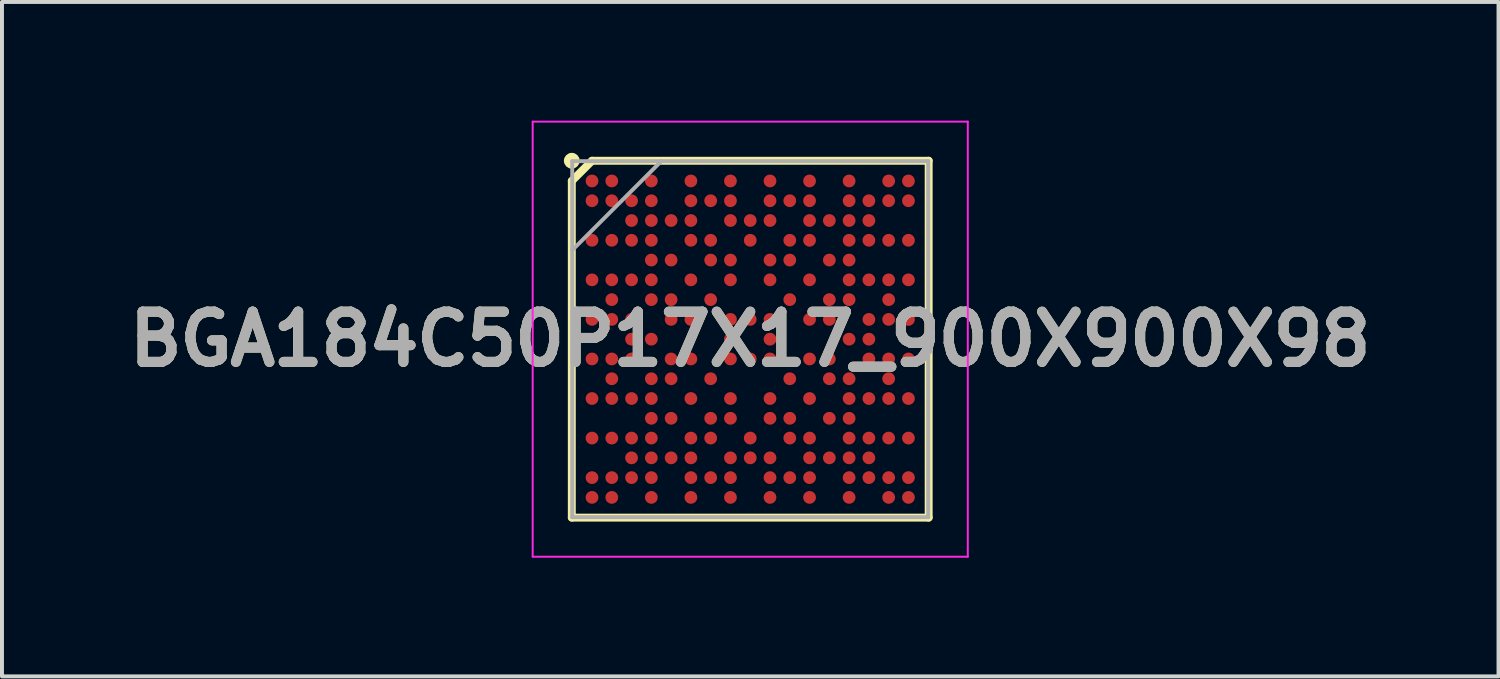
<source format=kicad_pcb>
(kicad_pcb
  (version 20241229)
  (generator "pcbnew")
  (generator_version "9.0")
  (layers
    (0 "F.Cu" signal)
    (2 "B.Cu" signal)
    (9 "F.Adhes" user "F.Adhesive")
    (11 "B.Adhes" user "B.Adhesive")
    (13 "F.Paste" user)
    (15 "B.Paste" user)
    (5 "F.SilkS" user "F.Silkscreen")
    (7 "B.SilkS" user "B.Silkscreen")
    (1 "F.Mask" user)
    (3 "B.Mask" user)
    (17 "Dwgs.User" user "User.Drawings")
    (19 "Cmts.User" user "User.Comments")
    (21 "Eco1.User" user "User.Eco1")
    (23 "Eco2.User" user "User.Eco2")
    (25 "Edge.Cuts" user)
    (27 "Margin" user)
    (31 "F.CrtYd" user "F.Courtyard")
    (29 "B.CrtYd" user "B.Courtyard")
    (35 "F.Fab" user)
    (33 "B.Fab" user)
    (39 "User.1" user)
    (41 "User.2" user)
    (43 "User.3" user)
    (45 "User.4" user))
  (footprint "BGA184C50P17X17_900X900X98"
    (layer "F.Cu")
    (at 15.917 5.525)
    (property "Reference" "BGA184C50P17X17_900X900X98" (at 0 0 0) (layer "F.SilkS") (effects (font (size 1.27 1.27) (thickness 0.254))))
    (attr smd)
    (fp_line (start -4.511 -4) (end -4 -4.511) (stroke (width 0.2) (type solid)) (layer "F.SilkS"))
    (fp_line (start -4.511 4.511) (end -4.511 -4) (stroke (width 0.2) (type solid)) (layer "F.SilkS"))
    (fp_line (start -4 -4.511) (end 4.511 -4.511) (stroke (width 0.2) (type solid)) (layer "F.SilkS"))
    (fp_line (start 4.511 -4.511) (end 4.511 4.511) (stroke (width 0.2) (type solid)) (layer "F.SilkS"))
    (fp_line (start 4.511 4.511) (end -4.511 4.511) (stroke (width 0.2) (type solid)) (layer "F.SilkS"))
    (fp_circle (center -4.511 -4.511) (end -4.511 -4.411) (stroke (width 0.2) (type solid)) (fill no) (layer "F.SilkS"))
    (fp_line (start -5.5 -5.5) (end 5.5 -5.5) (stroke (width 0.05) (type solid)) (layer "F.CrtYd"))
    (fp_line (start -5.5 5.5) (end -5.5 -5.5) (stroke (width 0.05) (type solid)) (layer "F.CrtYd"))
    (fp_line (start 5.5 -5.5) (end 5.5 5.5) (stroke (width 0.05) (type solid)) (layer "F.CrtYd"))
    (fp_line (start 5.5 5.5) (end -5.5 5.5) (stroke (width 0.05) (type solid)) (layer "F.CrtYd"))
    (fp_line (start -4.5 -4.5) (end 4.5 -4.5) (stroke (width 0.1) (type solid)) (layer "F.Fab"))
    (fp_line (start -4.5 -2.25) (end -2.25 -4.5) (stroke (width 0.1) (type solid)) (layer "F.Fab"))
    (fp_line (start -4.5 4.5) (end -4.5 -4.5) (stroke (width 0.1) (type solid)) (layer "F.Fab"))
    (fp_line (start 4.5 -4.5) (end 4.5 4.5) (stroke (width 0.1) (type solid)) (layer "F.Fab"))
    (fp_line (start 4.5 4.5) (end -4.5 4.5) (stroke (width 0.1) (type solid)) (layer "F.Fab"))
    (fp_text user "${REFERENCE}" (at 0 0 0) (layer "F.Fab") (effects (font (size 1.27 1.27) (thickness 0.254))))
    (pad "A1" smd circle (at -4 -4 90) (size 0.322 0.322) (layers "F.Cu" "F.Mask" "F.Paste"))
    (pad "A2" smd circle (at -3.5 -4 90) (size 0.322 0.322) (layers "F.Cu" "F.Mask" "F.Paste"))
    (pad "A4" smd circle (at -2.5 -4 90) (size 0.322 0.322) (layers "F.Cu" "F.Mask" "F.Paste"))
    (pad "A6" smd circle (at -1.5 -4 90) (size 0.322 0.322) (layers "F.Cu" "F.Mask" "F.Paste"))
    (pad "A8" smd circle (at -0.5 -4 90) (size 0.322 0.322) (layers "F.Cu" "F.Mask" "F.Paste"))
    (pad "A10" smd circle (at 0.5 -4 90) (size 0.322 0.322) (layers "F.Cu" "F.Mask" "F.Paste"))
    (pad "A12" smd circle (at 1.5 -4 90) (size 0.322 0.322) (layers "F.Cu" "F.Mask" "F.Paste"))
    (pad "A14" smd circle (at 2.5 -4 90) (size 0.322 0.322) (layers "F.Cu" "F.Mask" "F.Paste"))
    (pad "A16" smd circle (at 3.5 -4 90) (size 0.322 0.322) (layers "F.Cu" "F.Mask" "F.Paste"))
    (pad "A17" smd circle (at 4 -4 90) (size 0.322 0.322) (layers "F.Cu" "F.Mask" "F.Paste"))
    (pad "B1" smd circle (at -4 -3.5 90) (size 0.322 0.322) (layers "F.Cu" "F.Mask" "F.Paste"))
    (pad "B2" smd circle (at -3.5 -3.5 90) (size 0.322 0.322) (layers "F.Cu" "F.Mask" "F.Paste"))
    (pad "B3" smd circle (at -3 -3.5 90) (size 0.322 0.322) (layers "F.Cu" "F.Mask" "F.Paste"))
    (pad "B4" smd circle (at -2.5 -3.5 90) (size 0.322 0.322) (layers "F.Cu" "F.Mask" "F.Paste"))
    (pad "B6" smd circle (at -1.5 -3.5 90) (size 0.322 0.322) (layers "F.Cu" "F.Mask" "F.Paste"))
    (pad "B7" smd circle (at -1 -3.5 90) (size 0.322 0.322) (layers "F.Cu" "F.Mask" "F.Paste"))
    (pad "B8" smd circle (at -0.5 -3.5 90) (size 0.322 0.322) (layers "F.Cu" "F.Mask" "F.Paste"))
    (pad "B10" smd circle (at 0.5 -3.5 90) (size 0.322 0.322) (layers "F.Cu" "F.Mask" "F.Paste"))
    (pad "B11" smd circle (at 1 -3.5 90) (size 0.322 0.322) (layers "F.Cu" "F.Mask" "F.Paste"))
    (pad "B12" smd circle (at 1.5 -3.5 90) (size 0.322 0.322) (layers "F.Cu" "F.Mask" "F.Paste"))
    (pad "B14" smd circle (at 2.5 -3.5 90) (size 0.322 0.322) (layers "F.Cu" "F.Mask" "F.Paste"))
    (pad "B15" smd circle (at 3 -3.5 90) (size 0.322 0.322) (layers "F.Cu" "F.Mask" "F.Paste"))
    (pad "B16" smd circle (at 3.5 -3.5 90) (size 0.322 0.322) (layers "F.Cu" "F.Mask" "F.Paste"))
    (pad "B17" smd circle (at 4 -3.5 90) (size 0.322 0.322) (layers "F.Cu" "F.Mask" "F.Paste"))
    (pad "C3" smd circle (at -3 -3 90) (size 0.322 0.322) (layers "F.Cu" "F.Mask" "F.Paste"))
    (pad "C4" smd circle (at -2.5 -3 90) (size 0.322 0.322) (layers "F.Cu" "F.Mask" "F.Paste"))
    (pad "C5" smd circle (at -2 -3 90) (size 0.322 0.322) (layers "F.Cu" "F.Mask" "F.Paste"))
    (pad "C6" smd circle (at -1.5 -3 90) (size 0.322 0.322) (layers "F.Cu" "F.Mask" "F.Paste"))
    (pad "C8" smd circle (at -0.5 -3 90) (size 0.322 0.322) (layers "F.Cu" "F.Mask" "F.Paste"))
    (pad "C9" smd circle (at 0 -3 90) (size 0.322 0.322) (layers "F.Cu" "F.Mask" "F.Paste"))
    (pad "C10" smd circle (at 0.5 -3 90) (size 0.322 0.322) (layers "F.Cu" "F.Mask" "F.Paste"))
    (pad "C12" smd circle (at 1.5 -3 90) (size 0.322 0.322) (layers "F.Cu" "F.Mask" "F.Paste"))
    (pad "C13" smd circle (at 2 -3 90) (size 0.322 0.322) (layers "F.Cu" "F.Mask" "F.Paste"))
    (pad "C14" smd circle (at 2.5 -3 90) (size 0.322 0.322) (layers "F.Cu" "F.Mask" "F.Paste"))
    (pad "C15" smd circle (at 3 -3 90) (size 0.322 0.322) (layers "F.Cu" "F.Mask" "F.Paste"))
    (pad "D1" smd circle (at -4 -2.5 90) (size 0.322 0.322) (layers "F.Cu" "F.Mask" "F.Paste"))
    (pad "D2" smd circle (at -3.5 -2.5 90) (size 0.322 0.322) (layers "F.Cu" "F.Mask" "F.Paste"))
    (pad "D3" smd circle (at -3 -2.5 90) (size 0.322 0.322) (layers "F.Cu" "F.Mask" "F.Paste"))
    (pad "D4" smd circle (at -2.5 -2.5 90) (size 0.322 0.322) (layers "F.Cu" "F.Mask" "F.Paste"))
    (pad "D6" smd circle (at -1.5 -2.5 90) (size 0.322 0.322) (layers "F.Cu" "F.Mask" "F.Paste"))
    (pad "D7" smd circle (at -1 -2.5 90) (size 0.322 0.322) (layers "F.Cu" "F.Mask" "F.Paste"))
    (pad "D9" smd circle (at 0 -2.5 90) (size 0.322 0.322) (layers "F.Cu" "F.Mask" "F.Paste"))
    (pad "D11" smd circle (at 1 -2.5 90) (size 0.322 0.322) (layers "F.Cu" "F.Mask" "F.Paste"))
    (pad "D12" smd circle (at 1.5 -2.5 90) (size 0.322 0.322) (layers "F.Cu" "F.Mask" "F.Paste"))
    (pad "D14" smd circle (at 2.5 -2.5 90) (size 0.322 0.322) (layers "F.Cu" "F.Mask" "F.Paste"))
    (pad "D15" smd circle (at 3 -2.5 90) (size 0.322 0.322) (layers "F.Cu" "F.Mask" "F.Paste"))
    (pad "D16" smd circle (at 3.5 -2.5 90) (size 0.322 0.322) (layers "F.Cu" "F.Mask" "F.Paste"))
    (pad "D17" smd circle (at 4 -2.5 90) (size 0.322 0.322) (layers "F.Cu" "F.Mask" "F.Paste"))
    (pad "E4" smd circle (at -2.5 -2 90) (size 0.322 0.322) (layers "F.Cu" "F.Mask" "F.Paste"))
    (pad "E5" smd circle (at -2 -2 90) (size 0.322 0.322) (layers "F.Cu" "F.Mask" "F.Paste"))
    (pad "E7" smd circle (at -1 -2 90) (size 0.322 0.322) (layers "F.Cu" "F.Mask" "F.Paste"))
    (pad "E8" smd circle (at -0.5 -2 90) (size 0.322 0.322) (layers "F.Cu" "F.Mask" "F.Paste"))
    (pad "E10" smd circle (at 0.5 -2 90) (size 0.322 0.322) (layers "F.Cu" "F.Mask" "F.Paste"))
    (pad "E11" smd circle (at 1 -2 90) (size 0.322 0.322) (layers "F.Cu" "F.Mask" "F.Paste"))
    (pad "E13" smd circle (at 2 -2 90) (size 0.322 0.322) (layers "F.Cu" "F.Mask" "F.Paste"))
    (pad "E14" smd circle (at 2.5 -2 90) (size 0.322 0.322) (layers "F.Cu" "F.Mask" "F.Paste"))
    (pad "F1" smd circle (at -4 -1.5 90) (size 0.322 0.322) (layers "F.Cu" "F.Mask" "F.Paste"))
    (pad "F2" smd circle (at -3.5 -1.5 90) (size 0.322 0.322) (layers "F.Cu" "F.Mask" "F.Paste"))
    (pad "F3" smd circle (at -3 -1.5 90) (size 0.322 0.322) (layers "F.Cu" "F.Mask" "F.Paste"))
    (pad "F4" smd circle (at -2.5 -1.5 90) (size 0.322 0.322) (layers "F.Cu" "F.Mask" "F.Paste"))
    (pad "F6" smd circle (at -1.5 -1.5 90) (size 0.322 0.322) (layers "F.Cu" "F.Mask" "F.Paste"))
    (pad "F8" smd circle (at -0.5 -1.5 90) (size 0.322 0.322) (layers "F.Cu" "F.Mask" "F.Paste"))
    (pad "F10" smd circle (at 0.5 -1.5 90) (size 0.322 0.322) (layers "F.Cu" "F.Mask" "F.Paste"))
    (pad "F12" smd circle (at 1.5 -1.5 90) (size 0.322 0.322) (layers "F.Cu" "F.Mask" "F.Paste"))
    (pad "F14" smd circle (at 2.5 -1.5 90) (size 0.322 0.322) (layers "F.Cu" "F.Mask" "F.Paste"))
    (pad "F15" smd circle (at 3 -1.5 90) (size 0.322 0.322) (layers "F.Cu" "F.Mask" "F.Paste"))
    (pad "F16" smd circle (at 3.5 -1.5 90) (size 0.322 0.322) (layers "F.Cu" "F.Mask" "F.Paste"))
    (pad "F17" smd circle (at 4 -1.5 90) (size 0.322 0.322) (layers "F.Cu" "F.Mask" "F.Paste"))
    (pad "G2" smd circle (at -3.5 -1 90) (size 0.322 0.322) (layers "F.Cu" "F.Mask" "F.Paste"))
    (pad "G4" smd circle (at -2.5 -1 90) (size 0.322 0.322) (layers "F.Cu" "F.Mask" "F.Paste"))
    (pad "G5" smd circle (at -2 -1 90) (size 0.322 0.322) (layers "F.Cu" "F.Mask" "F.Paste"))
    (pad "G7" smd circle (at -1 -1 90) (size 0.322 0.322) (layers "F.Cu" "F.Mask" "F.Paste"))
    (pad "G11" smd circle (at 1 -1 90) (size 0.322 0.322) (layers "F.Cu" "F.Mask" "F.Paste"))
    (pad "G13" smd circle (at 2 -1 90) (size 0.322 0.322) (layers "F.Cu" "F.Mask" "F.Paste"))
    (pad "G14" smd circle (at 2.5 -1 90) (size 0.322 0.322) (layers "F.Cu" "F.Mask" "F.Paste"))
    (pad "G16" smd circle (at 3.5 -1 90) (size 0.322 0.322) (layers "F.Cu" "F.Mask" "F.Paste"))
    (pad "H1" smd circle (at -4 -0.5 90) (size 0.322 0.322) (layers "F.Cu" "F.Mask" "F.Paste"))
    (pad "H2" smd circle (at -3.5 -0.5 90) (size 0.322 0.322) (layers "F.Cu" "F.Mask" "F.Paste"))
    (pad "H3" smd circle (at -3 -0.5 90) (size 0.322 0.322) (layers "F.Cu" "F.Mask" "F.Paste"))
    (pad "H5" smd circle (at -2 -0.5 90) (size 0.322 0.322) (layers "F.Cu" "F.Mask" "F.Paste"))
    (pad "H6" smd circle (at -1.5 -0.5 90) (size 0.322 0.322) (layers "F.Cu" "F.Mask" "F.Paste"))
    (pad "H8" smd circle (at -0.5 -0.5 90) (size 0.322 0.322) (layers "F.Cu" "F.Mask" "F.Paste"))
    (pad "H9" smd circle (at 0 -0.5 90) (size 0.322 0.322) (layers "F.Cu" "F.Mask" "F.Paste"))
    (pad "H10" smd circle (at 0.5 -0.5 90) (size 0.322 0.322) (layers "F.Cu" "F.Mask" "F.Paste"))
    (pad "H12" smd circle (at 1.5 -0.5 90) (size 0.322 0.322) (layers "F.Cu" "F.Mask" "F.Paste"))
    (pad "H13" smd circle (at 2 -0.5 90) (size 0.322 0.322) (layers "F.Cu" "F.Mask" "F.Paste"))
    (pad "H15" smd circle (at 3 -0.5 90) (size 0.322 0.322) (layers "F.Cu" "F.Mask" "F.Paste"))
    (pad "H16" smd circle (at 3.5 -0.5 90) (size 0.322 0.322) (layers "F.Cu" "F.Mask" "F.Paste"))
    (pad "H17" smd circle (at 4 -0.5 90) (size 0.322 0.322) (layers "F.Cu" "F.Mask" "F.Paste"))
    (pad "J3" smd circle (at -3 0 90) (size 0.322 0.322) (layers "F.Cu" "F.Mask" "F.Paste"))
    (pad "J4" smd circle (at -2.5 0 90) (size 0.322 0.322) (layers "F.Cu" "F.Mask" "F.Paste"))
    (pad "J8" smd circle (at -0.5 0 90) (size 0.322 0.322) (layers "F.Cu" "F.Mask" "F.Paste"))
    (pad "J10" smd circle (at 0.5 0 90) (size 0.322 0.322) (layers "F.Cu" "F.Mask" "F.Paste"))
    (pad "J14" smd circle (at 2.5 0 90) (size 0.322 0.322) (layers "F.Cu" "F.Mask" "F.Paste"))
    (pad "J15" smd circle (at 3 0 90) (size 0.322 0.322) (layers "F.Cu" "F.Mask" "F.Paste"))
    (pad "K1" smd circle (at -4 0.5 90) (size 0.322 0.322) (layers "F.Cu" "F.Mask" "F.Paste"))
    (pad "K2" smd circle (at -3.5 0.5 90) (size 0.322 0.322) (layers "F.Cu" "F.Mask" "F.Paste"))
    (pad "K3" smd circle (at -3 0.5 90) (size 0.322 0.322) (layers "F.Cu" "F.Mask" "F.Paste"))
    (pad "K5" smd circle (at -2 0.5 90) (size 0.322 0.322) (layers "F.Cu" "F.Mask" "F.Paste"))
    (pad "K6" smd circle (at -1.5 0.5 90) (size 0.322 0.322) (layers "F.Cu" "F.Mask" "F.Paste"))
    (pad "K8" smd circle (at -0.5 0.5 90) (size 0.322 0.322) (layers "F.Cu" "F.Mask" "F.Paste"))
    (pad "K9" smd circle (at 0 0.5 90) (size 0.322 0.322) (layers "F.Cu" "F.Mask" "F.Paste"))
    (pad "K10" smd circle (at 0.5 0.5 90) (size 0.322 0.322) (layers "F.Cu" "F.Mask" "F.Paste"))
    (pad "K12" smd circle (at 1.5 0.5 90) (size 0.322 0.322) (layers "F.Cu" "F.Mask" "F.Paste"))
    (pad "K13" smd circle (at 2 0.5 90) (size 0.322 0.322) (layers "F.Cu" "F.Mask" "F.Paste"))
    (pad "K15" smd circle (at 3 0.5 90) (size 0.322 0.322) (layers "F.Cu" "F.Mask" "F.Paste"))
    (pad "K16" smd circle (at 3.5 0.5 90) (size 0.322 0.322) (layers "F.Cu" "F.Mask" "F.Paste"))
    (pad "K17" smd circle (at 4 0.5 90) (size 0.322 0.322) (layers "F.Cu" "F.Mask" "F.Paste"))
    (pad "L2" smd circle (at -3.5 1 90) (size 0.322 0.322) (layers "F.Cu" "F.Mask" "F.Paste"))
    (pad "L4" smd circle (at -2.5 1 90) (size 0.322 0.322) (layers "F.Cu" "F.Mask" "F.Paste"))
    (pad "L5" smd circle (at -2 1 90) (size 0.322 0.322) (layers "F.Cu" "F.Mask" "F.Paste"))
    (pad "L7" smd circle (at -1 1 90) (size 0.322 0.322) (layers "F.Cu" "F.Mask" "F.Paste"))
    (pad "L11" smd circle (at 1 1 90) (size 0.322 0.322) (layers "F.Cu" "F.Mask" "F.Paste"))
    (pad "L13" smd circle (at 2 1 90) (size 0.322 0.322) (layers "F.Cu" "F.Mask" "F.Paste"))
    (pad "L14" smd circle (at 2.5 1 90) (size 0.322 0.322) (layers "F.Cu" "F.Mask" "F.Paste"))
    (pad "L16" smd circle (at 3.5 1 90) (size 0.322 0.322) (layers "F.Cu" "F.Mask" "F.Paste"))
    (pad "M1" smd circle (at -4 1.5 90) (size 0.322 0.322) (layers "F.Cu" "F.Mask" "F.Paste"))
    (pad "M2" smd circle (at -3.5 1.5 90) (size 0.322 0.322) (layers "F.Cu" "F.Mask" "F.Paste"))
    (pad "M3" smd circle (at -3 1.5 90) (size 0.322 0.322) (layers "F.Cu" "F.Mask" "F.Paste"))
    (pad "M4" smd circle (at -2.5 1.5 90) (size 0.322 0.322) (layers "F.Cu" "F.Mask" "F.Paste"))
    (pad "M6" smd circle (at -1.5 1.5 90) (size 0.322 0.322) (layers "F.Cu" "F.Mask" "F.Paste"))
    (pad "M8" smd circle (at -0.5 1.5 90) (size 0.322 0.322) (layers "F.Cu" "F.Mask" "F.Paste"))
    (pad "M10" smd circle (at 0.5 1.5 90) (size 0.322 0.322) (layers "F.Cu" "F.Mask" "F.Paste"))
    (pad "M12" smd circle (at 1.5 1.5 90) (size 0.322 0.322) (layers "F.Cu" "F.Mask" "F.Paste"))
    (pad "M14" smd circle (at 2.5 1.5 90) (size 0.322 0.322) (layers "F.Cu" "F.Mask" "F.Paste"))
    (pad "M15" smd circle (at 3 1.5 90) (size 0.322 0.322) (layers "F.Cu" "F.Mask" "F.Paste"))
    (pad "M16" smd circle (at 3.5 1.5 90) (size 0.322 0.322) (layers "F.Cu" "F.Mask" "F.Paste"))
    (pad "M17" smd circle (at 4 1.5 90) (size 0.322 0.322) (layers "F.Cu" "F.Mask" "F.Paste"))
    (pad "N4" smd circle (at -2.5 2 90) (size 0.322 0.322) (layers "F.Cu" "F.Mask" "F.Paste"))
    (pad "N5" smd circle (at -2 2 90) (size 0.322 0.322) (layers "F.Cu" "F.Mask" "F.Paste"))
    (pad "N7" smd circle (at -1 2 90) (size 0.322 0.322) (layers "F.Cu" "F.Mask" "F.Paste"))
    (pad "N8" smd circle (at -0.5 2 90) (size 0.322 0.322) (layers "F.Cu" "F.Mask" "F.Paste"))
    (pad "N10" smd circle (at 0.5 2 90) (size 0.322 0.322) (layers "F.Cu" "F.Mask" "F.Paste"))
    (pad "N11" smd circle (at 1 2 90) (size 0.322 0.322) (layers "F.Cu" "F.Mask" "F.Paste"))
    (pad "N13" smd circle (at 2 2 90) (size 0.322 0.322) (layers "F.Cu" "F.Mask" "F.Paste"))
    (pad "N14" smd circle (at 2.5 2 90) (size 0.322 0.322) (layers "F.Cu" "F.Mask" "F.Paste"))
    (pad "P1" smd circle (at -4 2.5 90) (size 0.322 0.322) (layers "F.Cu" "F.Mask" "F.Paste"))
    (pad "P2" smd circle (at -3.5 2.5 90) (size 0.322 0.322) (layers "F.Cu" "F.Mask" "F.Paste"))
    (pad "P3" smd circle (at -3 2.5 90) (size 0.322 0.322) (layers "F.Cu" "F.Mask" "F.Paste"))
    (pad "P4" smd circle (at -2.5 2.5 90) (size 0.322 0.322) (layers "F.Cu" "F.Mask" "F.Paste"))
    (pad "P6" smd circle (at -1.5 2.5 90) (size 0.322 0.322) (layers "F.Cu" "F.Mask" "F.Paste"))
    (pad "P7" smd circle (at -1 2.5 90) (size 0.322 0.322) (layers "F.Cu" "F.Mask" "F.Paste"))
    (pad "P9" smd circle (at 0 2.5 90) (size 0.322 0.322) (layers "F.Cu" "F.Mask" "F.Paste"))
    (pad "P11" smd circle (at 1 2.5 90) (size 0.322 0.322) (layers "F.Cu" "F.Mask" "F.Paste"))
    (pad "P12" smd circle (at 1.5 2.5 90) (size 0.322 0.322) (layers "F.Cu" "F.Mask" "F.Paste"))
    (pad "P14" smd circle (at 2.5 2.5 90) (size 0.322 0.322) (layers "F.Cu" "F.Mask" "F.Paste"))
    (pad "P15" smd circle (at 3 2.5 90) (size 0.322 0.322) (layers "F.Cu" "F.Mask" "F.Paste"))
    (pad "P16" smd circle (at 3.5 2.5 90) (size 0.322 0.322) (layers "F.Cu" "F.Mask" "F.Paste"))
    (pad "P17" smd circle (at 4 2.5 90) (size 0.322 0.322) (layers "F.Cu" "F.Mask" "F.Paste"))
    (pad "R3" smd circle (at -3 3 90) (size 0.322 0.322) (layers "F.Cu" "F.Mask" "F.Paste"))
    (pad "R4" smd circle (at -2.5 3 90) (size 0.322 0.322) (layers "F.Cu" "F.Mask" "F.Paste"))
    (pad "R5" smd circle (at -2 3 90) (size 0.322 0.322) (layers "F.Cu" "F.Mask" "F.Paste"))
    (pad "R6" smd circle (at -1.5 3 90) (size 0.322 0.322) (layers "F.Cu" "F.Mask" "F.Paste"))
    (pad "R8" smd circle (at -0.5 3 90) (size 0.322 0.322) (layers "F.Cu" "F.Mask" "F.Paste"))
    (pad "R9" smd circle (at 0 3 90) (size 0.322 0.322) (layers "F.Cu" "F.Mask" "F.Paste"))
    (pad "R10" smd circle (at 0.5 3 90) (size 0.322 0.322) (layers "F.Cu" "F.Mask" "F.Paste"))
    (pad "R12" smd circle (at 1.5 3 90) (size 0.322 0.322) (layers "F.Cu" "F.Mask" "F.Paste"))
    (pad "R13" smd circle (at 2 3 90) (size 0.322 0.322) (layers "F.Cu" "F.Mask" "F.Paste"))
    (pad "R14" smd circle (at 2.5 3 90) (size 0.322 0.322) (layers "F.Cu" "F.Mask" "F.Paste"))
    (pad "R15" smd circle (at 3 3 90) (size 0.322 0.322) (layers "F.Cu" "F.Mask" "F.Paste"))
    (pad "T1" smd circle (at -4 3.5 90) (size 0.322 0.322) (layers "F.Cu" "F.Mask" "F.Paste"))
    (pad "T2" smd circle (at -3.5 3.5 90) (size 0.322 0.322) (layers "F.Cu" "F.Mask" "F.Paste"))
    (pad "T3" smd circle (at -3 3.5 90) (size 0.322 0.322) (layers "F.Cu" "F.Mask" "F.Paste"))
    (pad "T4" smd circle (at -2.5 3.5 90) (size 0.322 0.322) (layers "F.Cu" "F.Mask" "F.Paste"))
    (pad "T6" smd circle (at -1.5 3.5 90) (size 0.322 0.322) (layers "F.Cu" "F.Mask" "F.Paste"))
    (pad "T7" smd circle (at -1 3.5 90) (size 0.322 0.322) (layers "F.Cu" "F.Mask" "F.Paste"))
    (pad "T8" smd circle (at -0.5 3.5 90) (size 0.322 0.322) (layers "F.Cu" "F.Mask" "F.Paste"))
    (pad "T10" smd circle (at 0.5 3.5 90) (size 0.322 0.322) (layers "F.Cu" "F.Mask" "F.Paste"))
    (pad "T11" smd circle (at 1 3.5 90) (size 0.322 0.322) (layers "F.Cu" "F.Mask" "F.Paste"))
    (pad "T12" smd circle (at 1.5 3.5 90) (size 0.322 0.322) (layers "F.Cu" "F.Mask" "F.Paste"))
    (pad "T14" smd circle (at 2.5 3.5 90) (size 0.322 0.322) (layers "F.Cu" "F.Mask" "F.Paste"))
    (pad "T15" smd circle (at 3 3.5 90) (size 0.322 0.322) (layers "F.Cu" "F.Mask" "F.Paste"))
    (pad "T16" smd circle (at 3.5 3.5 90) (size 0.322 0.322) (layers "F.Cu" "F.Mask" "F.Paste"))
    (pad "T17" smd circle (at 4 3.5 90) (size 0.322 0.322) (layers "F.Cu" "F.Mask" "F.Paste"))
    (pad "U1" smd circle (at -4 4 90) (size 0.322 0.322) (layers "F.Cu" "F.Mask" "F.Paste"))
    (pad "U2" smd circle (at -3.5 4 90) (size 0.322 0.322) (layers "F.Cu" "F.Mask" "F.Paste"))
    (pad "U4" smd circle (at -2.5 4 90) (size 0.322 0.322) (layers "F.Cu" "F.Mask" "F.Paste"))
    (pad "U6" smd circle (at -1.5 4 90) (size 0.322 0.322) (layers "F.Cu" "F.Mask" "F.Paste"))
    (pad "U8" smd circle (at -0.5 4 90) (size 0.322 0.322) (layers "F.Cu" "F.Mask" "F.Paste"))
    (pad "U10" smd circle (at 0.5 4 90) (size 0.322 0.322) (layers "F.Cu" "F.Mask" "F.Paste"))
    (pad "U12" smd circle (at 1.5 4 90) (size 0.322 0.322) (layers "F.Cu" "F.Mask" "F.Paste"))
    (pad "U14" smd circle (at 2.5 4 90) (size 0.322 0.322) (layers "F.Cu" "F.Mask" "F.Paste"))
    (pad "U16" smd circle (at 3.5 4 90) (size 0.322 0.322) (layers "F.Cu" "F.Mask" "F.Paste"))
    (pad "U17" smd circle (at 4 4 90) (size 0.322 0.322) (layers "F.Cu" "F.Mask" "F.Paste")))
  (gr_rect
    (start -3 -3)
    (end 34.835 14.05)
    (stroke (width 0.1) (type default))
    (fill no)
    (layer "Edge.Cuts")))
</source>
